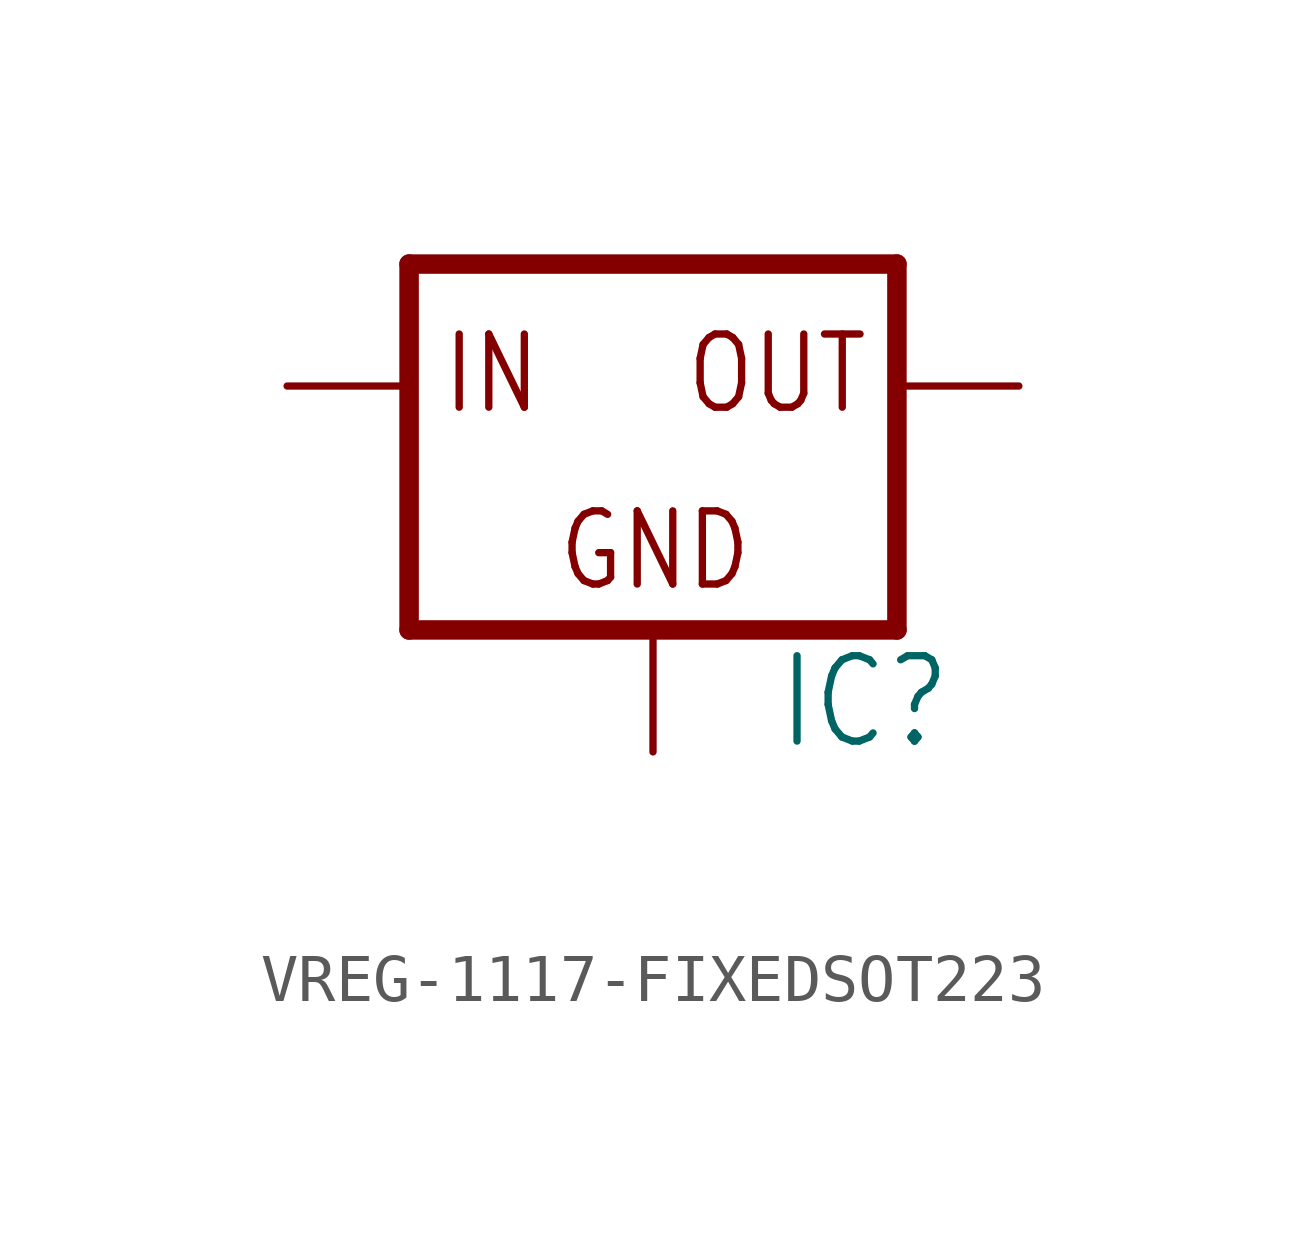
<source format=kicad_sym>
(kicad_symbol_lib
  (version 20231120)
  (generator "kicad_symbol_editor")
  (generator_version "8.0")
  (symbol "VREG-1117-FIXEDSOT223"
    (property "Reference" "IC"
      (at 2.54 -7.62 0)
      (effects (font (size 1.778 1.511)) (justify left bottom)))
    (property "Value" ""
      (at 2.54 -10.16 0)
      (effects (font (size 1.778 1.511)) (justify left bottom)))
    (property "ki_locked" ""
      (at 0 0 0)
      (effects (font (size 1.27 1.27))))
    (symbol "VREG-1117-FIXEDSOT223_1_0"
      (polyline (pts (xy -5.08 -5.08) (xy 5.08 -5.08)) (stroke (width 0.406) (type solid)) (fill (type none)))
      (polyline (pts (xy -5.08 2.54) (xy -5.08 -5.08)) (stroke (width 0.406) (type solid)) (fill (type none)))
      (polyline (pts (xy 5.08 -5.08) (xy 5.08 2.54)) (stroke (width 0.406) (type solid)) (fill (type none)))
      (polyline (pts (xy 5.08 2.54) (xy -5.08 2.54)) (stroke (width 0.406) (type solid)) (fill (type none)))
      (text "GND" (at -2.032 -4.318 0) (effects (font (size 1.524 1.295)) (justify left bottom)))
      (text "IN" (at -4.445 -0.635 0) (effects (font (size 1.524 1.295)) (justify left bottom)))
      (text "OUT" (at 0.635 -0.635 0) (effects (font (size 1.524 1.295)) (justify left bottom)))
      (pin input line (at 0 -7.62 90) (length 2.54) (name "GND" (effects (font (size 0 0)))) (number "1" (effects (font (size 0 0)))))
      (pin output line (at 7.62 0 180) (length 2.54) (name "OUT" (effects (font (size 0 0)))) (number "2" (effects (font (size 0 0)))))
      (pin input line (at -7.62 0 0) (length 2.54) (name "IN" (effects (font (size 0 0)))) (number "3" (effects (font (size 0 0))))))))
</source>
